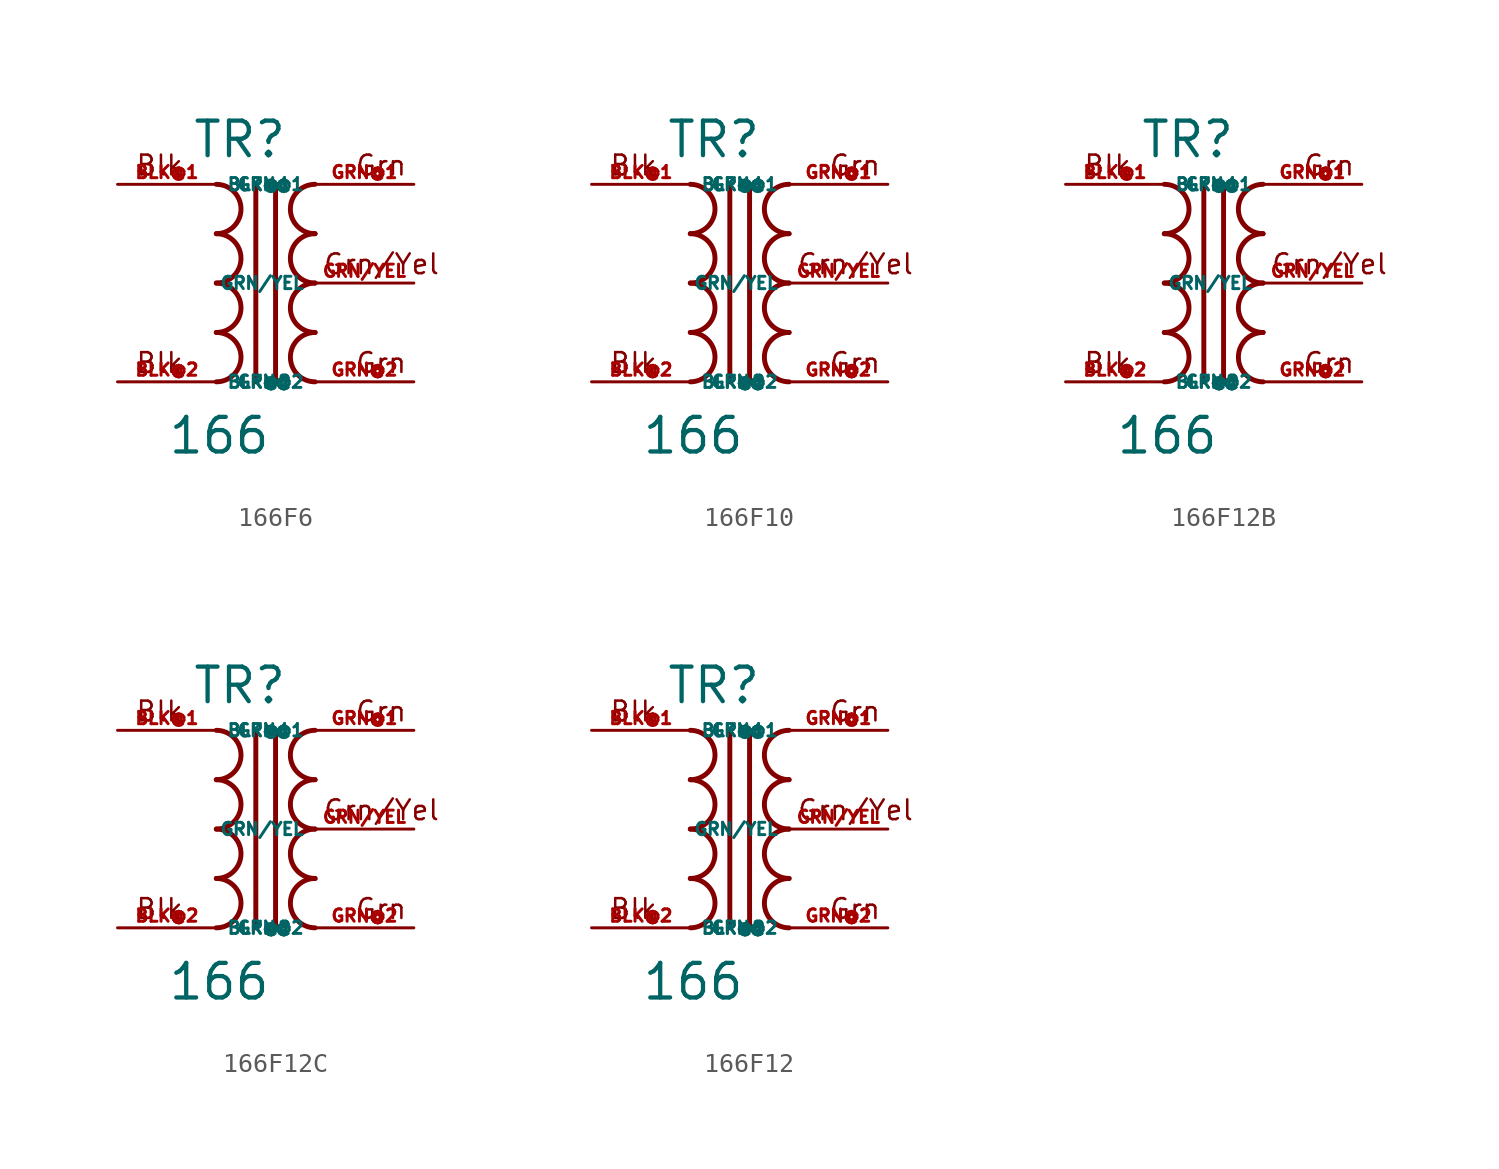
<source format=kicad_sym>
(kicad_symbol_lib
  (version 20220914)
  (generator Eagle2Kicad)
  (symbol "166F6"
    (property "Reference" "TR"
      (at -3.81 6.35 0)
      (effects (font (size 1.778 1.778) (thickness 0.22)) (justify left bottom)))
    (property "Value" "166"
      (at -5.08 -8.89 0)
      (effects (font (size 1.778 1.778) (thickness 0.22)) (justify left bottom)))
    (polyline
      (pts (xy -0.508 5.08) (xy -0.508 -5.08))
      (stroke (width 0.254) (type default))
      (fill (type none)))
    (arc
      (start -2.54 0)
      (mid -1.270 1.270)
      (end -2.54 2.54)
      (stroke (width 0.254) (type default))
      (fill (type none)))
    (arc
      (start -2.54 -2.54)
      (mid -1.270 -1.270)
      (end -2.54 0)
      (stroke (width 0.254) (type default))
      (fill (type none)))
    (arc
      (start -2.54 -5.08)
      (mid -1.270 -3.810)
      (end -2.54 -2.54)
      (stroke (width 0.254) (type default))
      (fill (type none)))
    (arc
      (start -2.54 2.54)
      (mid -1.270 3.810)
      (end -2.54 5.08)
      (stroke (width 0.254) (type default))
      (fill (type none)))
    (arc
      (start 2.54 2.54)
      (mid 1.270 1.270)
      (end 2.54 0)
      (stroke (width 0.254) (type default))
      (fill (type none)))
    (arc
      (start 2.54 5.08)
      (mid 1.270 3.810)
      (end 2.54 2.54)
      (stroke (width 0.254) (type default))
      (fill (type none)))
    (arc
      (start 2.54 0)
      (mid 1.270 -1.270)
      (end 2.54 -2.54)
      (stroke (width 0.254) (type default))
      (fill (type none)))
    (arc
      (start 2.54 -2.54)
      (mid 1.270 -3.810)
      (end 2.54 -5.08)
      (stroke (width 0.254) (type default))
      (fill (type none)))
    (polyline
      (pts (xy 0.508 5.08) (xy 0.508 -5.08))
      (stroke (width 0.254) (type default))
      (fill (type none)))
    (text "Blk"
      (at -6.731 5.461 0)
      (effects (font (size 1.016 1.016) (thickness 0.13)) (justify left bottom)))
    (text "Blk"
      (at -6.731 -4.699 0)
      (effects (font (size 1.016 1.016) (thickness 0.13)) (justify left bottom)))
    (text "Grn"
      (at 4.572 5.461 0)
      (effects (font (size 1.016 1.016) (thickness 0.13)) (justify left bottom)))
    (text "Grn"
      (at 4.572 -4.699 0)
      (effects (font (size 1.016 1.016) (thickness 0.13)) (justify left bottom)))
    (text "Grn/Yel"
      (at 2.921 0.381 0)
      (effects (font (size 1.016 1.016) (thickness 0.13)) (justify left bottom)))
    (pin passive line
      (at -7.62 5.08 0)
      (length 5.08)
      (name "BLK@1" (effects (font (size 0.635 0.635) (thickness 0.08)) (justify left bottom)))
      (number "BLK@1" (effects (font (size 0.635 0.635) (thickness 0.08)) (justify left bottom))))
    (pin passive line
      (at -7.62 -5.08 0)
      (length 5.08)
      (name "BLK@2" (effects (font (size 0.635 0.635) (thickness 0.08)) (justify left bottom)))
      (number "BLK@2" (effects (font (size 0.635 0.635) (thickness 0.08)) (justify left bottom))))
    (pin passive line
      (at 7.62 5.08 180)
      (length 5.08)
      (name "GRN@1" (effects (font (size 0.635 0.635) (thickness 0.08)) (justify left bottom)))
      (number "GRN@1" (effects (font (size 0.635 0.635) (thickness 0.08)) (justify left bottom))))
    (pin passive line
      (at 7.62 0 180)
      (length 5.08)
      (name "GRN/YEL" (effects (font (size 0.635 0.635) (thickness 0.08)) (justify left bottom)))
      (number "GRN/YEL" (effects (font (size 0.635 0.635) (thickness 0.08)) (justify left bottom))))
    (pin passive line
      (at 7.62 -5.08 180)
      (length 5.08)
      (name "GRN@2" (effects (font (size 0.635 0.635) (thickness 0.08)) (justify left bottom)))
      (number "GRN@2" (effects (font (size 0.635 0.635) (thickness 0.08)) (justify left bottom)))))
  (symbol "166F10"
    (property "Reference" "TR"
      (at -3.81 6.35 0)
      (effects (font (size 1.778 1.778) (thickness 0.22)) (justify left bottom)))
    (property "Value" "166"
      (at -5.08 -8.89 0)
      (effects (font (size 1.778 1.778) (thickness 0.22)) (justify left bottom)))
    (polyline
      (pts (xy -0.508 5.08) (xy -0.508 -5.08))
      (stroke (width 0.254) (type default))
      (fill (type none)))
    (arc
      (start -2.54 0)
      (mid -1.270 1.270)
      (end -2.54 2.54)
      (stroke (width 0.254) (type default))
      (fill (type none)))
    (arc
      (start -2.54 -2.54)
      (mid -1.270 -1.270)
      (end -2.54 0)
      (stroke (width 0.254) (type default))
      (fill (type none)))
    (arc
      (start -2.54 -5.08)
      (mid -1.270 -3.810)
      (end -2.54 -2.54)
      (stroke (width 0.254) (type default))
      (fill (type none)))
    (arc
      (start -2.54 2.54)
      (mid -1.270 3.810)
      (end -2.54 5.08)
      (stroke (width 0.254) (type default))
      (fill (type none)))
    (arc
      (start 2.54 2.54)
      (mid 1.270 1.270)
      (end 2.54 0)
      (stroke (width 0.254) (type default))
      (fill (type none)))
    (arc
      (start 2.54 5.08)
      (mid 1.270 3.810)
      (end 2.54 2.54)
      (stroke (width 0.254) (type default))
      (fill (type none)))
    (arc
      (start 2.54 0)
      (mid 1.270 -1.270)
      (end 2.54 -2.54)
      (stroke (width 0.254) (type default))
      (fill (type none)))
    (arc
      (start 2.54 -2.54)
      (mid 1.270 -3.810)
      (end 2.54 -5.08)
      (stroke (width 0.254) (type default))
      (fill (type none)))
    (polyline
      (pts (xy 0.508 5.08) (xy 0.508 -5.08))
      (stroke (width 0.254) (type default))
      (fill (type none)))
    (text "Blk"
      (at -6.731 5.461 0)
      (effects (font (size 1.016 1.016) (thickness 0.13)) (justify left bottom)))
    (text "Blk"
      (at -6.731 -4.699 0)
      (effects (font (size 1.016 1.016) (thickness 0.13)) (justify left bottom)))
    (text "Grn"
      (at 4.572 5.461 0)
      (effects (font (size 1.016 1.016) (thickness 0.13)) (justify left bottom)))
    (text "Grn"
      (at 4.572 -4.699 0)
      (effects (font (size 1.016 1.016) (thickness 0.13)) (justify left bottom)))
    (text "Grn/Yel"
      (at 2.921 0.381 0)
      (effects (font (size 1.016 1.016) (thickness 0.13)) (justify left bottom)))
    (pin passive line
      (at -7.62 5.08 0)
      (length 5.08)
      (name "BLK@1" (effects (font (size 0.635 0.635) (thickness 0.08)) (justify left bottom)))
      (number "BLK@1" (effects (font (size 0.635 0.635) (thickness 0.08)) (justify left bottom))))
    (pin passive line
      (at -7.62 -5.08 0)
      (length 5.08)
      (name "BLK@2" (effects (font (size 0.635 0.635) (thickness 0.08)) (justify left bottom)))
      (number "BLK@2" (effects (font (size 0.635 0.635) (thickness 0.08)) (justify left bottom))))
    (pin passive line
      (at 7.62 5.08 180)
      (length 5.08)
      (name "GRN@1" (effects (font (size 0.635 0.635) (thickness 0.08)) (justify left bottom)))
      (number "GRN@1" (effects (font (size 0.635 0.635) (thickness 0.08)) (justify left bottom))))
    (pin passive line
      (at 7.62 0 180)
      (length 5.08)
      (name "GRN/YEL" (effects (font (size 0.635 0.635) (thickness 0.08)) (justify left bottom)))
      (number "GRN/YEL" (effects (font (size 0.635 0.635) (thickness 0.08)) (justify left bottom))))
    (pin passive line
      (at 7.62 -5.08 180)
      (length 5.08)
      (name "GRN@2" (effects (font (size 0.635 0.635) (thickness 0.08)) (justify left bottom)))
      (number "GRN@2" (effects (font (size 0.635 0.635) (thickness 0.08)) (justify left bottom)))))
  (symbol "166F12B"
    (property "Reference" "TR"
      (at -3.81 6.35 0)
      (effects (font (size 1.778 1.778) (thickness 0.22)) (justify left bottom)))
    (property "Value" "166"
      (at -5.08 -8.89 0)
      (effects (font (size 1.778 1.778) (thickness 0.22)) (justify left bottom)))
    (polyline
      (pts (xy -0.508 5.08) (xy -0.508 -5.08))
      (stroke (width 0.254) (type default))
      (fill (type none)))
    (arc
      (start -2.54 0)
      (mid -1.270 1.270)
      (end -2.54 2.54)
      (stroke (width 0.254) (type default))
      (fill (type none)))
    (arc
      (start -2.54 -2.54)
      (mid -1.270 -1.270)
      (end -2.54 0)
      (stroke (width 0.254) (type default))
      (fill (type none)))
    (arc
      (start -2.54 -5.08)
      (mid -1.270 -3.810)
      (end -2.54 -2.54)
      (stroke (width 0.254) (type default))
      (fill (type none)))
    (arc
      (start -2.54 2.54)
      (mid -1.270 3.810)
      (end -2.54 5.08)
      (stroke (width 0.254) (type default))
      (fill (type none)))
    (arc
      (start 2.54 2.54)
      (mid 1.270 1.270)
      (end 2.54 0)
      (stroke (width 0.254) (type default))
      (fill (type none)))
    (arc
      (start 2.54 5.08)
      (mid 1.270 3.810)
      (end 2.54 2.54)
      (stroke (width 0.254) (type default))
      (fill (type none)))
    (arc
      (start 2.54 0)
      (mid 1.270 -1.270)
      (end 2.54 -2.54)
      (stroke (width 0.254) (type default))
      (fill (type none)))
    (arc
      (start 2.54 -2.54)
      (mid 1.270 -3.810)
      (end 2.54 -5.08)
      (stroke (width 0.254) (type default))
      (fill (type none)))
    (polyline
      (pts (xy 0.508 5.08) (xy 0.508 -5.08))
      (stroke (width 0.254) (type default))
      (fill (type none)))
    (text "Blk"
      (at -6.731 5.461 0)
      (effects (font (size 1.016 1.016) (thickness 0.13)) (justify left bottom)))
    (text "Blk"
      (at -6.731 -4.699 0)
      (effects (font (size 1.016 1.016) (thickness 0.13)) (justify left bottom)))
    (text "Grn"
      (at 4.572 5.461 0)
      (effects (font (size 1.016 1.016) (thickness 0.13)) (justify left bottom)))
    (text "Grn"
      (at 4.572 -4.699 0)
      (effects (font (size 1.016 1.016) (thickness 0.13)) (justify left bottom)))
    (text "Grn/Yel"
      (at 2.921 0.381 0)
      (effects (font (size 1.016 1.016) (thickness 0.13)) (justify left bottom)))
    (pin passive line
      (at -7.62 5.08 0)
      (length 5.08)
      (name "BLK@1" (effects (font (size 0.635 0.635) (thickness 0.08)) (justify left bottom)))
      (number "BLK@1" (effects (font (size 0.635 0.635) (thickness 0.08)) (justify left bottom))))
    (pin passive line
      (at -7.62 -5.08 0)
      (length 5.08)
      (name "BLK@2" (effects (font (size 0.635 0.635) (thickness 0.08)) (justify left bottom)))
      (number "BLK@2" (effects (font (size 0.635 0.635) (thickness 0.08)) (justify left bottom))))
    (pin passive line
      (at 7.62 5.08 180)
      (length 5.08)
      (name "GRN@1" (effects (font (size 0.635 0.635) (thickness 0.08)) (justify left bottom)))
      (number "GRN@1" (effects (font (size 0.635 0.635) (thickness 0.08)) (justify left bottom))))
    (pin passive line
      (at 7.62 0 180)
      (length 5.08)
      (name "GRN/YEL" (effects (font (size 0.635 0.635) (thickness 0.08)) (justify left bottom)))
      (number "GRN/YEL" (effects (font (size 0.635 0.635) (thickness 0.08)) (justify left bottom))))
    (pin passive line
      (at 7.62 -5.08 180)
      (length 5.08)
      (name "GRN@2" (effects (font (size 0.635 0.635) (thickness 0.08)) (justify left bottom)))
      (number "GRN@2" (effects (font (size 0.635 0.635) (thickness 0.08)) (justify left bottom)))))
  (symbol "166F12C"
    (property "Reference" "TR"
      (at -3.81 6.35 0)
      (effects (font (size 1.778 1.778) (thickness 0.22)) (justify left bottom)))
    (property "Value" "166"
      (at -5.08 -8.89 0)
      (effects (font (size 1.778 1.778) (thickness 0.22)) (justify left bottom)))
    (polyline
      (pts (xy -0.508 5.08) (xy -0.508 -5.08))
      (stroke (width 0.254) (type default))
      (fill (type none)))
    (arc
      (start -2.54 0)
      (mid -1.270 1.270)
      (end -2.54 2.54)
      (stroke (width 0.254) (type default))
      (fill (type none)))
    (arc
      (start -2.54 -2.54)
      (mid -1.270 -1.270)
      (end -2.54 0)
      (stroke (width 0.254) (type default))
      (fill (type none)))
    (arc
      (start -2.54 -5.08)
      (mid -1.270 -3.810)
      (end -2.54 -2.54)
      (stroke (width 0.254) (type default))
      (fill (type none)))
    (arc
      (start -2.54 2.54)
      (mid -1.270 3.810)
      (end -2.54 5.08)
      (stroke (width 0.254) (type default))
      (fill (type none)))
    (arc
      (start 2.54 2.54)
      (mid 1.270 1.270)
      (end 2.54 0)
      (stroke (width 0.254) (type default))
      (fill (type none)))
    (arc
      (start 2.54 5.08)
      (mid 1.270 3.810)
      (end 2.54 2.54)
      (stroke (width 0.254) (type default))
      (fill (type none)))
    (arc
      (start 2.54 0)
      (mid 1.270 -1.270)
      (end 2.54 -2.54)
      (stroke (width 0.254) (type default))
      (fill (type none)))
    (arc
      (start 2.54 -2.54)
      (mid 1.270 -3.810)
      (end 2.54 -5.08)
      (stroke (width 0.254) (type default))
      (fill (type none)))
    (polyline
      (pts (xy 0.508 5.08) (xy 0.508 -5.08))
      (stroke (width 0.254) (type default))
      (fill (type none)))
    (text "Blk"
      (at -6.731 5.461 0)
      (effects (font (size 1.016 1.016) (thickness 0.13)) (justify left bottom)))
    (text "Blk"
      (at -6.731 -4.699 0)
      (effects (font (size 1.016 1.016) (thickness 0.13)) (justify left bottom)))
    (text "Grn"
      (at 4.572 5.461 0)
      (effects (font (size 1.016 1.016) (thickness 0.13)) (justify left bottom)))
    (text "Grn"
      (at 4.572 -4.699 0)
      (effects (font (size 1.016 1.016) (thickness 0.13)) (justify left bottom)))
    (text "Grn/Yel"
      (at 2.921 0.381 0)
      (effects (font (size 1.016 1.016) (thickness 0.13)) (justify left bottom)))
    (pin passive line
      (at -7.62 5.08 0)
      (length 5.08)
      (name "BLK@1" (effects (font (size 0.635 0.635) (thickness 0.08)) (justify left bottom)))
      (number "BLK@1" (effects (font (size 0.635 0.635) (thickness 0.08)) (justify left bottom))))
    (pin passive line
      (at -7.62 -5.08 0)
      (length 5.08)
      (name "BLK@2" (effects (font (size 0.635 0.635) (thickness 0.08)) (justify left bottom)))
      (number "BLK@2" (effects (font (size 0.635 0.635) (thickness 0.08)) (justify left bottom))))
    (pin passive line
      (at 7.62 5.08 180)
      (length 5.08)
      (name "GRN@1" (effects (font (size 0.635 0.635) (thickness 0.08)) (justify left bottom)))
      (number "GRN@1" (effects (font (size 0.635 0.635) (thickness 0.08)) (justify left bottom))))
    (pin passive line
      (at 7.62 0 180)
      (length 5.08)
      (name "GRN/YEL" (effects (font (size 0.635 0.635) (thickness 0.08)) (justify left bottom)))
      (number "GRN/YEL" (effects (font (size 0.635 0.635) (thickness 0.08)) (justify left bottom))))
    (pin passive line
      (at 7.62 -5.08 180)
      (length 5.08)
      (name "GRN@2" (effects (font (size 0.635 0.635) (thickness 0.08)) (justify left bottom)))
      (number "GRN@2" (effects (font (size 0.635 0.635) (thickness 0.08)) (justify left bottom)))))
  (symbol "166F12"
    (property "Reference" "TR"
      (at -3.81 6.35 0)
      (effects (font (size 1.778 1.778) (thickness 0.22)) (justify left bottom)))
    (property "Value" "166"
      (at -5.08 -8.89 0)
      (effects (font (size 1.778 1.778) (thickness 0.22)) (justify left bottom)))
    (polyline
      (pts (xy -0.508 5.08) (xy -0.508 -5.08))
      (stroke (width 0.254) (type default))
      (fill (type none)))
    (arc
      (start -2.54 0)
      (mid -1.270 1.270)
      (end -2.54 2.54)
      (stroke (width 0.254) (type default))
      (fill (type none)))
    (arc
      (start -2.54 -2.54)
      (mid -1.270 -1.270)
      (end -2.54 0)
      (stroke (width 0.254) (type default))
      (fill (type none)))
    (arc
      (start -2.54 -5.08)
      (mid -1.270 -3.810)
      (end -2.54 -2.54)
      (stroke (width 0.254) (type default))
      (fill (type none)))
    (arc
      (start -2.54 2.54)
      (mid -1.270 3.810)
      (end -2.54 5.08)
      (stroke (width 0.254) (type default))
      (fill (type none)))
    (arc
      (start 2.54 2.54)
      (mid 1.270 1.270)
      (end 2.54 0)
      (stroke (width 0.254) (type default))
      (fill (type none)))
    (arc
      (start 2.54 5.08)
      (mid 1.270 3.810)
      (end 2.54 2.54)
      (stroke (width 0.254) (type default))
      (fill (type none)))
    (arc
      (start 2.54 0)
      (mid 1.270 -1.270)
      (end 2.54 -2.54)
      (stroke (width 0.254) (type default))
      (fill (type none)))
    (arc
      (start 2.54 -2.54)
      (mid 1.270 -3.810)
      (end 2.54 -5.08)
      (stroke (width 0.254) (type default))
      (fill (type none)))
    (polyline
      (pts (xy 0.508 5.08) (xy 0.508 -5.08))
      (stroke (width 0.254) (type default))
      (fill (type none)))
    (text "Blk"
      (at -6.731 5.461 0)
      (effects (font (size 1.016 1.016) (thickness 0.13)) (justify left bottom)))
    (text "Blk"
      (at -6.731 -4.699 0)
      (effects (font (size 1.016 1.016) (thickness 0.13)) (justify left bottom)))
    (text "Grn"
      (at 4.572 5.461 0)
      (effects (font (size 1.016 1.016) (thickness 0.13)) (justify left bottom)))
    (text "Grn"
      (at 4.572 -4.699 0)
      (effects (font (size 1.016 1.016) (thickness 0.13)) (justify left bottom)))
    (text "Grn/Yel"
      (at 2.921 0.381 0)
      (effects (font (size 1.016 1.016) (thickness 0.13)) (justify left bottom)))
    (pin passive line
      (at -7.62 5.08 0)
      (length 5.08)
      (name "BLK@1" (effects (font (size 0.635 0.635) (thickness 0.08)) (justify left bottom)))
      (number "BLK@1" (effects (font (size 0.635 0.635) (thickness 0.08)) (justify left bottom))))
    (pin passive line
      (at -7.62 -5.08 0)
      (length 5.08)
      (name "BLK@2" (effects (font (size 0.635 0.635) (thickness 0.08)) (justify left bottom)))
      (number "BLK@2" (effects (font (size 0.635 0.635) (thickness 0.08)) (justify left bottom))))
    (pin passive line
      (at 7.62 5.08 180)
      (length 5.08)
      (name "GRN@1" (effects (font (size 0.635 0.635) (thickness 0.08)) (justify left bottom)))
      (number "GRN@1" (effects (font (size 0.635 0.635) (thickness 0.08)) (justify left bottom))))
    (pin passive line
      (at 7.62 0 180)
      (length 5.08)
      (name "GRN/YEL" (effects (font (size 0.635 0.635) (thickness 0.08)) (justify left bottom)))
      (number "GRN/YEL" (effects (font (size 0.635 0.635) (thickness 0.08)) (justify left bottom))))
    (pin passive line
      (at 7.62 -5.08 180)
      (length 5.08)
      (name "GRN@2" (effects (font (size 0.635 0.635) (thickness 0.08)) (justify left bottom)))
      (number "GRN@2" (effects (font (size 0.635 0.635) (thickness 0.08)) (justify left bottom))))))
</source>
